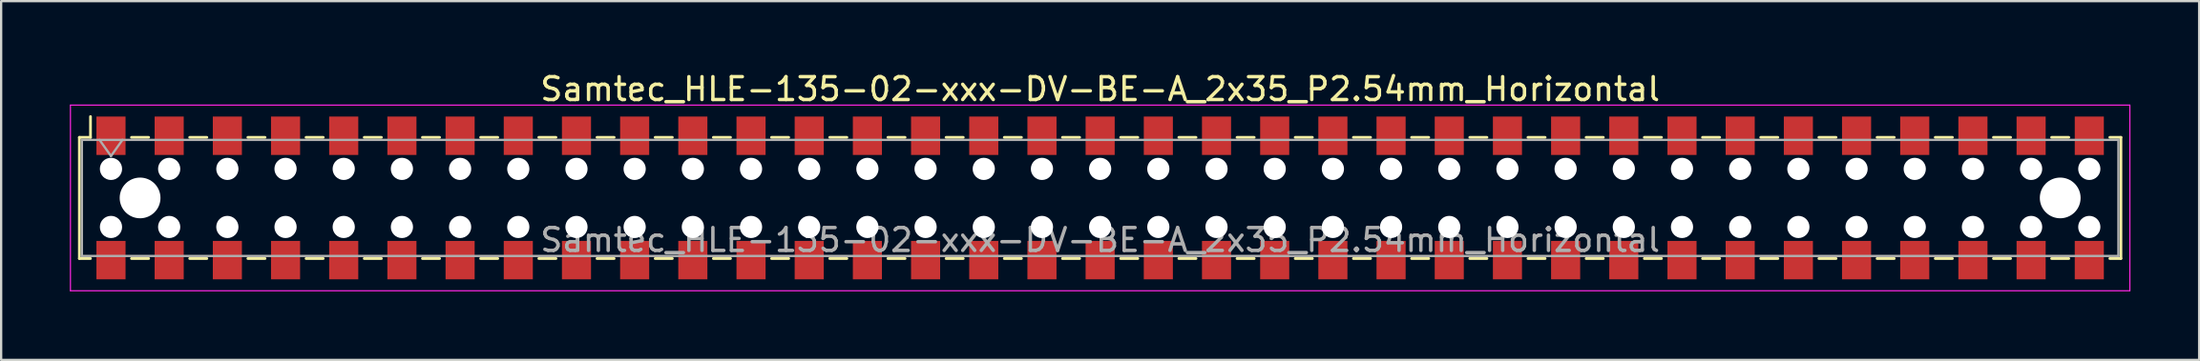
<source format=kicad_pcb>
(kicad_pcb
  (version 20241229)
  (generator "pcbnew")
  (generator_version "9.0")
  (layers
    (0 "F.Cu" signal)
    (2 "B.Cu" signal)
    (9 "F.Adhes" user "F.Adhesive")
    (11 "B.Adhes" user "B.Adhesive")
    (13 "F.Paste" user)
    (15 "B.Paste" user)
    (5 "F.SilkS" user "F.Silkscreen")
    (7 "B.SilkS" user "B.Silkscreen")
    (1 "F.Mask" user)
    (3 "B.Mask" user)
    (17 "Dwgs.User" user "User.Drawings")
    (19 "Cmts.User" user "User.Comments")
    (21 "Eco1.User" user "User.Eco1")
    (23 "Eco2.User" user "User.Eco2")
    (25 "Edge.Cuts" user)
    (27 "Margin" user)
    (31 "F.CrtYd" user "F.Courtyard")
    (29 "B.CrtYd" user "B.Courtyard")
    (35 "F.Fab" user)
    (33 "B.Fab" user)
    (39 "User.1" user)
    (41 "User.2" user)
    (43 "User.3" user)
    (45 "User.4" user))
  (footprint "Samtec_HLE-135-02-xxx-DV-BE-A_2x35_P2.54mm_Horizontal"
    (layer "F.Cu")
    (at 44.975 5.608)
    (property "Reference" "Samtec_HLE-135-02-xxx-DV-BE-A_2x35_P2.54mm_Horizontal" (at 0 -4.76 0) (layer "F.SilkS") (effects (font (size 1 1) (thickness 0.15))))
    (attr smd)
    (fp_line (start -44.56 -2.65) (end -44.56 2.65) (stroke (width 0.12) (type solid)) (layer "F.SilkS"))
    (fp_line (start -44.56 2.65) (end -44.075 2.65) (stroke (width 0.12) (type solid)) (layer "F.SilkS"))
    (fp_line (start -44.075 -3.56) (end -44.075 -2.65) (stroke (width 0.12) (type solid)) (layer "F.SilkS"))
    (fp_line (start -44.075 -2.65) (end -44.56 -2.65) (stroke (width 0.12) (type solid)) (layer "F.SilkS"))
    (fp_line (start -42.285 -2.65) (end -41.535 -2.65) (stroke (width 0.12) (type solid)) (layer "F.SilkS"))
    (fp_line (start -42.285 2.65) (end -41.535 2.65) (stroke (width 0.12) (type solid)) (layer "F.SilkS"))
    (fp_line (start -39.745 -2.65) (end -38.995 -2.65) (stroke (width 0.12) (type solid)) (layer "F.SilkS"))
    (fp_line (start -39.745 2.65) (end -38.995 2.65) (stroke (width 0.12) (type solid)) (layer "F.SilkS"))
    (fp_line (start -37.205 -2.65) (end -36.455 -2.65) (stroke (width 0.12) (type solid)) (layer "F.SilkS"))
    (fp_line (start -37.205 2.65) (end -36.455 2.65) (stroke (width 0.12) (type solid)) (layer "F.SilkS"))
    (fp_line (start -34.665 -2.65) (end -33.915 -2.65) (stroke (width 0.12) (type solid)) (layer "F.SilkS"))
    (fp_line (start -34.665 2.65) (end -33.915 2.65) (stroke (width 0.12) (type solid)) (layer "F.SilkS"))
    (fp_line (start -32.125 -2.65) (end -31.375 -2.65) (stroke (width 0.12) (type solid)) (layer "F.SilkS"))
    (fp_line (start -32.125 2.65) (end -31.375 2.65) (stroke (width 0.12) (type solid)) (layer "F.SilkS"))
    (fp_line (start -29.585 -2.65) (end -28.835 -2.65) (stroke (width 0.12) (type solid)) (layer "F.SilkS"))
    (fp_line (start -29.585 2.65) (end -28.835 2.65) (stroke (width 0.12) (type solid)) (layer "F.SilkS"))
    (fp_line (start -27.045 -2.65) (end -26.295 -2.65) (stroke (width 0.12) (type solid)) (layer "F.SilkS"))
    (fp_line (start -27.045 2.65) (end -26.295 2.65) (stroke (width 0.12) (type solid)) (layer "F.SilkS"))
    (fp_line (start -24.505 -2.65) (end -23.755 -2.65) (stroke (width 0.12) (type solid)) (layer "F.SilkS"))
    (fp_line (start -24.505 2.65) (end -23.755 2.65) (stroke (width 0.12) (type solid)) (layer "F.SilkS"))
    (fp_line (start -21.965 -2.65) (end -21.215 -2.65) (stroke (width 0.12) (type solid)) (layer "F.SilkS"))
    (fp_line (start -21.965 2.65) (end -21.215 2.65) (stroke (width 0.12) (type solid)) (layer "F.SilkS"))
    (fp_line (start -19.425 -2.65) (end -18.675 -2.65) (stroke (width 0.12) (type solid)) (layer "F.SilkS"))
    (fp_line (start -19.425 2.65) (end -18.675 2.65) (stroke (width 0.12) (type solid)) (layer "F.SilkS"))
    (fp_line (start -16.885 -2.65) (end -16.135 -2.65) (stroke (width 0.12) (type solid)) (layer "F.SilkS"))
    (fp_line (start -16.885 2.65) (end -16.135 2.65) (stroke (width 0.12) (type solid)) (layer "F.SilkS"))
    (fp_line (start -14.345 -2.65) (end -13.595 -2.65) (stroke (width 0.12) (type solid)) (layer "F.SilkS"))
    (fp_line (start -14.345 2.65) (end -13.595 2.65) (stroke (width 0.12) (type solid)) (layer "F.SilkS"))
    (fp_line (start -11.805 -2.65) (end -11.055 -2.65) (stroke (width 0.12) (type solid)) (layer "F.SilkS"))
    (fp_line (start -11.805 2.65) (end -11.055 2.65) (stroke (width 0.12) (type solid)) (layer "F.SilkS"))
    (fp_line (start -9.265 -2.65) (end -8.515 -2.65) (stroke (width 0.12) (type solid)) (layer "F.SilkS"))
    (fp_line (start -9.265 2.65) (end -8.515 2.65) (stroke (width 0.12) (type solid)) (layer "F.SilkS"))
    (fp_line (start -6.725 -2.65) (end -5.975 -2.65) (stroke (width 0.12) (type solid)) (layer "F.SilkS"))
    (fp_line (start -6.725 2.65) (end -5.975 2.65) (stroke (width 0.12) (type solid)) (layer "F.SilkS"))
    (fp_line (start -4.185 -2.65) (end -3.435 -2.65) (stroke (width 0.12) (type solid)) (layer "F.SilkS"))
    (fp_line (start -4.185 2.65) (end -3.435 2.65) (stroke (width 0.12) (type solid)) (layer "F.SilkS"))
    (fp_line (start -1.645 -2.65) (end -0.895 -2.65) (stroke (width 0.12) (type solid)) (layer "F.SilkS"))
    (fp_line (start -1.645 2.65) (end -0.895 2.65) (stroke (width 0.12) (type solid)) (layer "F.SilkS"))
    (fp_line (start 0.895 -2.65) (end 1.645 -2.65) (stroke (width 0.12) (type solid)) (layer "F.SilkS"))
    (fp_line (start 0.895 2.65) (end 1.645 2.65) (stroke (width 0.12) (type solid)) (layer "F.SilkS"))
    (fp_line (start 3.435 -2.65) (end 4.185 -2.65) (stroke (width 0.12) (type solid)) (layer "F.SilkS"))
    (fp_line (start 3.435 2.65) (end 4.185 2.65) (stroke (width 0.12) (type solid)) (layer "F.SilkS"))
    (fp_line (start 5.975 -2.65) (end 6.725 -2.65) (stroke (width 0.12) (type solid)) (layer "F.SilkS"))
    (fp_line (start 5.975 2.65) (end 6.725 2.65) (stroke (width 0.12) (type solid)) (layer "F.SilkS"))
    (fp_line (start 8.515 -2.65) (end 9.265 -2.65) (stroke (width 0.12) (type solid)) (layer "F.SilkS"))
    (fp_line (start 8.515 2.65) (end 9.265 2.65) (stroke (width 0.12) (type solid)) (layer "F.SilkS"))
    (fp_line (start 11.055 -2.65) (end 11.805 -2.65) (stroke (width 0.12) (type solid)) (layer "F.SilkS"))
    (fp_line (start 11.055 2.65) (end 11.805 2.65) (stroke (width 0.12) (type solid)) (layer "F.SilkS"))
    (fp_line (start 13.595 -2.65) (end 14.345 -2.65) (stroke (width 0.12) (type solid)) (layer "F.SilkS"))
    (fp_line (start 13.595 2.65) (end 14.345 2.65) (stroke (width 0.12) (type solid)) (layer "F.SilkS"))
    (fp_line (start 16.135 -2.65) (end 16.885 -2.65) (stroke (width 0.12) (type solid)) (layer "F.SilkS"))
    (fp_line (start 16.135 2.65) (end 16.885 2.65) (stroke (width 0.12) (type solid)) (layer "F.SilkS"))
    (fp_line (start 18.675 -2.65) (end 19.425 -2.65) (stroke (width 0.12) (type solid)) (layer "F.SilkS"))
    (fp_line (start 18.675 2.65) (end 19.425 2.65) (stroke (width 0.12) (type solid)) (layer "F.SilkS"))
    (fp_line (start 21.215 -2.65) (end 21.965 -2.65) (stroke (width 0.12) (type solid)) (layer "F.SilkS"))
    (fp_line (start 21.215 2.65) (end 21.965 2.65) (stroke (width 0.12) (type solid)) (layer "F.SilkS"))
    (fp_line (start 23.755 -2.65) (end 24.505 -2.65) (stroke (width 0.12) (type solid)) (layer "F.SilkS"))
    (fp_line (start 23.755 2.65) (end 24.505 2.65) (stroke (width 0.12) (type solid)) (layer "F.SilkS"))
    (fp_line (start 26.295 -2.65) (end 27.045 -2.65) (stroke (width 0.12) (type solid)) (layer "F.SilkS"))
    (fp_line (start 26.295 2.65) (end 27.045 2.65) (stroke (width 0.12) (type solid)) (layer "F.SilkS"))
    (fp_line (start 28.835 -2.65) (end 29.585 -2.65) (stroke (width 0.12) (type solid)) (layer "F.SilkS"))
    (fp_line (start 28.835 2.65) (end 29.585 2.65) (stroke (width 0.12) (type solid)) (layer "F.SilkS"))
    (fp_line (start 31.375 -2.65) (end 32.125 -2.65) (stroke (width 0.12) (type solid)) (layer "F.SilkS"))
    (fp_line (start 31.375 2.65) (end 32.125 2.65) (stroke (width 0.12) (type solid)) (layer "F.SilkS"))
    (fp_line (start 33.915 -2.65) (end 34.665 -2.65) (stroke (width 0.12) (type solid)) (layer "F.SilkS"))
    (fp_line (start 33.915 2.65) (end 34.665 2.65) (stroke (width 0.12) (type solid)) (layer "F.SilkS"))
    (fp_line (start 36.455 -2.65) (end 37.205 -2.65) (stroke (width 0.12) (type solid)) (layer "F.SilkS"))
    (fp_line (start 36.455 2.65) (end 37.205 2.65) (stroke (width 0.12) (type solid)) (layer "F.SilkS"))
    (fp_line (start 38.995 -2.65) (end 39.745 -2.65) (stroke (width 0.12) (type solid)) (layer "F.SilkS"))
    (fp_line (start 38.995 2.65) (end 39.745 2.65) (stroke (width 0.12) (type solid)) (layer "F.SilkS"))
    (fp_line (start 41.535 -2.65) (end 42.285 -2.65) (stroke (width 0.12) (type solid)) (layer "F.SilkS"))
    (fp_line (start 41.535 2.65) (end 42.285 2.65) (stroke (width 0.12) (type solid)) (layer "F.SilkS"))
    (fp_line (start 44.075 -2.65) (end 44.56 -2.65) (stroke (width 0.12) (type solid)) (layer "F.SilkS"))
    (fp_line (start 44.56 -2.65) (end 44.56 2.65) (stroke (width 0.12) (type solid)) (layer "F.SilkS"))
    (fp_line (start 44.56 2.65) (end 44.075 2.65) (stroke (width 0.12) (type solid)) (layer "F.SilkS"))
    (fp_line (start -44.95 -4.06) (end 44.95 -4.06) (stroke (width 0.05) (type solid)) (layer "F.CrtYd"))
    (fp_line (start -44.95 4.06) (end -44.95 -4.06) (stroke (width 0.05) (type solid)) (layer "F.CrtYd"))
    (fp_line (start 44.95 -4.06) (end 44.95 4.06) (stroke (width 0.05) (type solid)) (layer "F.CrtYd"))
    (fp_line (start 44.95 4.06) (end -44.95 4.06) (stroke (width 0.05) (type solid)) (layer "F.CrtYd"))
    (fp_line (start -44.45 -2.54) (end 44.45 -2.54) (stroke (width 0.1) (type solid)) (layer "F.Fab"))
    (fp_line (start -44.45 2.54) (end -44.45 -2.54) (stroke (width 0.1) (type solid)) (layer "F.Fab"))
    (fp_line (start -43.68 -2.54) (end -43.18 -1.833) (stroke (width 0.1) (type solid)) (layer "F.Fab"))
    (fp_line (start -43.18 -1.833) (end -42.68 -2.54) (stroke (width 0.1) (type solid)) (layer "F.Fab"))
    (fp_line (start 44.45 -2.54) (end 44.45 2.54) (stroke (width 0.1) (type solid)) (layer "F.Fab"))
    (fp_line (start 44.45 2.54) (end -44.45 2.54) (stroke (width 0.1) (type solid)) (layer "F.Fab"))
    (fp_text user "${REFERENCE}" (at 0 1.84 0) (layer "F.Fab") (effects (font (size 1 1) (thickness 0.15))))
    (pad "" np_thru_hole circle (at -43.18 -1.27) (size 0.97 0.97) (drill 0.97) (layers "*.Cu" "*.Mask"))
    (pad "" np_thru_hole circle (at -43.18 1.27) (size 0.97 0.97) (drill 0.97) (layers "*.Cu" "*.Mask"))
    (pad "" np_thru_hole circle (at -41.91 0) (size 1.78 1.78) (drill 1.78) (layers "*.Cu" "*.Mask"))
    (pad "" np_thru_hole circle (at -40.64 -1.27) (size 0.97 0.97) (drill 0.97) (layers "*.Cu" "*.Mask"))
    (pad "" np_thru_hole circle (at -40.64 1.27) (size 0.97 0.97) (drill 0.97) (layers "*.Cu" "*.Mask"))
    (pad "" np_thru_hole circle (at -38.1 -1.27) (size 0.97 0.97) (drill 0.97) (layers "*.Cu" "*.Mask"))
    (pad "" np_thru_hole circle (at -38.1 1.27) (size 0.97 0.97) (drill 0.97) (layers "*.Cu" "*.Mask"))
    (pad "" np_thru_hole circle (at -35.56 -1.27) (size 0.97 0.97) (drill 0.97) (layers "*.Cu" "*.Mask"))
    (pad "" np_thru_hole circle (at -35.56 1.27) (size 0.97 0.97) (drill 0.97) (layers "*.Cu" "*.Mask"))
    (pad "" np_thru_hole circle (at -33.02 -1.27) (size 0.97 0.97) (drill 0.97) (layers "*.Cu" "*.Mask"))
    (pad "" np_thru_hole circle (at -33.02 1.27) (size 0.97 0.97) (drill 0.97) (layers "*.Cu" "*.Mask"))
    (pad "" np_thru_hole circle (at -30.48 -1.27) (size 0.97 0.97) (drill 0.97) (layers "*.Cu" "*.Mask"))
    (pad "" np_thru_hole circle (at -30.48 1.27) (size 0.97 0.97) (drill 0.97) (layers "*.Cu" "*.Mask"))
    (pad "" np_thru_hole circle (at -27.94 -1.27) (size 0.97 0.97) (drill 0.97) (layers "*.Cu" "*.Mask"))
    (pad "" np_thru_hole circle (at -27.94 1.27) (size 0.97 0.97) (drill 0.97) (layers "*.Cu" "*.Mask"))
    (pad "" np_thru_hole circle (at -25.4 -1.27) (size 0.97 0.97) (drill 0.97) (layers "*.Cu" "*.Mask"))
    (pad "" np_thru_hole circle (at -25.4 1.27) (size 0.97 0.97) (drill 0.97) (layers "*.Cu" "*.Mask"))
    (pad "" np_thru_hole circle (at -22.86 -1.27) (size 0.97 0.97) (drill 0.97) (layers "*.Cu" "*.Mask"))
    (pad "" np_thru_hole circle (at -22.86 1.27) (size 0.97 0.97) (drill 0.97) (layers "*.Cu" "*.Mask"))
    (pad "" np_thru_hole circle (at -20.32 -1.27) (size 0.97 0.97) (drill 0.97) (layers "*.Cu" "*.Mask"))
    (pad "" np_thru_hole circle (at -20.32 1.27) (size 0.97 0.97) (drill 0.97) (layers "*.Cu" "*.Mask"))
    (pad "" np_thru_hole circle (at -17.78 -1.27) (size 0.97 0.97) (drill 0.97) (layers "*.Cu" "*.Mask"))
    (pad "" np_thru_hole circle (at -17.78 1.27) (size 0.97 0.97) (drill 0.97) (layers "*.Cu" "*.Mask"))
    (pad "" np_thru_hole circle (at -15.24 -1.27) (size 0.97 0.97) (drill 0.97) (layers "*.Cu" "*.Mask"))
    (pad "" np_thru_hole circle (at -15.24 1.27) (size 0.97 0.97) (drill 0.97) (layers "*.Cu" "*.Mask"))
    (pad "" np_thru_hole circle (at -12.7 -1.27) (size 0.97 0.97) (drill 0.97) (layers "*.Cu" "*.Mask"))
    (pad "" np_thru_hole circle (at -12.7 1.27) (size 0.97 0.97) (drill 0.97) (layers "*.Cu" "*.Mask"))
    (pad "" np_thru_hole circle (at -10.16 -1.27) (size 0.97 0.97) (drill 0.97) (layers "*.Cu" "*.Mask"))
    (pad "" np_thru_hole circle (at -10.16 1.27) (size 0.97 0.97) (drill 0.97) (layers "*.Cu" "*.Mask"))
    (pad "" np_thru_hole circle (at -7.62 -1.27) (size 0.97 0.97) (drill 0.97) (layers "*.Cu" "*.Mask"))
    (pad "" np_thru_hole circle (at -7.62 1.27) (size 0.97 0.97) (drill 0.97) (layers "*.Cu" "*.Mask"))
    (pad "" np_thru_hole circle (at -5.08 -1.27) (size 0.97 0.97) (drill 0.97) (layers "*.Cu" "*.Mask"))
    (pad "" np_thru_hole circle (at -5.08 1.27) (size 0.97 0.97) (drill 0.97) (layers "*.Cu" "*.Mask"))
    (pad "" np_thru_hole circle (at -2.54 -1.27) (size 0.97 0.97) (drill 0.97) (layers "*.Cu" "*.Mask"))
    (pad "" np_thru_hole circle (at -2.54 1.27) (size 0.97 0.97) (drill 0.97) (layers "*.Cu" "*.Mask"))
    (pad "" np_thru_hole circle (at 0 -1.27) (size 0.97 0.97) (drill 0.97) (layers "*.Cu" "*.Mask"))
    (pad "" np_thru_hole circle (at 0 1.27) (size 0.97 0.97) (drill 0.97) (layers "*.Cu" "*.Mask"))
    (pad "" np_thru_hole circle (at 2.54 -1.27) (size 0.97 0.97) (drill 0.97) (layers "*.Cu" "*.Mask"))
    (pad "" np_thru_hole circle (at 2.54 1.27) (size 0.97 0.97) (drill 0.97) (layers "*.Cu" "*.Mask"))
    (pad "" np_thru_hole circle (at 5.08 -1.27) (size 0.97 0.97) (drill 0.97) (layers "*.Cu" "*.Mask"))
    (pad "" np_thru_hole circle (at 5.08 1.27) (size 0.97 0.97) (drill 0.97) (layers "*.Cu" "*.Mask"))
    (pad "" np_thru_hole circle (at 7.62 -1.27) (size 0.97 0.97) (drill 0.97) (layers "*.Cu" "*.Mask"))
    (pad "" np_thru_hole circle (at 7.62 1.27) (size 0.97 0.97) (drill 0.97) (layers "*.Cu" "*.Mask"))
    (pad "" np_thru_hole circle (at 10.16 -1.27) (size 0.97 0.97) (drill 0.97) (layers "*.Cu" "*.Mask"))
    (pad "" np_thru_hole circle (at 10.16 1.27) (size 0.97 0.97) (drill 0.97) (layers "*.Cu" "*.Mask"))
    (pad "" np_thru_hole circle (at 12.7 -1.27) (size 0.97 0.97) (drill 0.97) (layers "*.Cu" "*.Mask"))
    (pad "" np_thru_hole circle (at 12.7 1.27) (size 0.97 0.97) (drill 0.97) (layers "*.Cu" "*.Mask"))
    (pad "" np_thru_hole circle (at 15.24 -1.27) (size 0.97 0.97) (drill 0.97) (layers "*.Cu" "*.Mask"))
    (pad "" np_thru_hole circle (at 15.24 1.27) (size 0.97 0.97) (drill 0.97) (layers "*.Cu" "*.Mask"))
    (pad "" np_thru_hole circle (at 17.78 -1.27) (size 0.97 0.97) (drill 0.97) (layers "*.Cu" "*.Mask"))
    (pad "" np_thru_hole circle (at 17.78 1.27) (size 0.97 0.97) (drill 0.97) (layers "*.Cu" "*.Mask"))
    (pad "" np_thru_hole circle (at 20.32 -1.27) (size 0.97 0.97) (drill 0.97) (layers "*.Cu" "*.Mask"))
    (pad "" np_thru_hole circle (at 20.32 1.27) (size 0.97 0.97) (drill 0.97) (layers "*.Cu" "*.Mask"))
    (pad "" np_thru_hole circle (at 22.86 -1.27) (size 0.97 0.97) (drill 0.97) (layers "*.Cu" "*.Mask"))
    (pad "" np_thru_hole circle (at 22.86 1.27) (size 0.97 0.97) (drill 0.97) (layers "*.Cu" "*.Mask"))
    (pad "" np_thru_hole circle (at 25.4 -1.27) (size 0.97 0.97) (drill 0.97) (layers "*.Cu" "*.Mask"))
    (pad "" np_thru_hole circle (at 25.4 1.27) (size 0.97 0.97) (drill 0.97) (layers "*.Cu" "*.Mask"))
    (pad "" np_thru_hole circle (at 27.94 -1.27) (size 0.97 0.97) (drill 0.97) (layers "*.Cu" "*.Mask"))
    (pad "" np_thru_hole circle (at 27.94 1.27) (size 0.97 0.97) (drill 0.97) (layers "*.Cu" "*.Mask"))
    (pad "" np_thru_hole circle (at 30.48 -1.27) (size 0.97 0.97) (drill 0.97) (layers "*.Cu" "*.Mask"))
    (pad "" np_thru_hole circle (at 30.48 1.27) (size 0.97 0.97) (drill 0.97) (layers "*.Cu" "*.Mask"))
    (pad "" np_thru_hole circle (at 33.02 -1.27) (size 0.97 0.97) (drill 0.97) (layers "*.Cu" "*.Mask"))
    (pad "" np_thru_hole circle (at 33.02 1.27) (size 0.97 0.97) (drill 0.97) (layers "*.Cu" "*.Mask"))
    (pad "" np_thru_hole circle (at 35.56 -1.27) (size 0.97 0.97) (drill 0.97) (layers "*.Cu" "*.Mask"))
    (pad "" np_thru_hole circle (at 35.56 1.27) (size 0.97 0.97) (drill 0.97) (layers "*.Cu" "*.Mask"))
    (pad "" np_thru_hole circle (at 38.1 -1.27) (size 0.97 0.97) (drill 0.97) (layers "*.Cu" "*.Mask"))
    (pad "" np_thru_hole circle (at 38.1 1.27) (size 0.97 0.97) (drill 0.97) (layers "*.Cu" "*.Mask"))
    (pad "" np_thru_hole circle (at 40.64 -1.27) (size 0.97 0.97) (drill 0.97) (layers "*.Cu" "*.Mask"))
    (pad "" np_thru_hole circle (at 40.64 1.27) (size 0.97 0.97) (drill 0.97) (layers "*.Cu" "*.Mask"))
    (pad "" np_thru_hole circle (at 41.91 0) (size 1.78 1.78) (drill 1.78) (layers "*.Cu" "*.Mask"))
    (pad "" np_thru_hole circle (at 43.18 -1.27) (size 0.97 0.97) (drill 0.97) (layers "*.Cu" "*.Mask"))
    (pad "" np_thru_hole circle (at 43.18 1.27) (size 0.97 0.97) (drill 0.97) (layers "*.Cu" "*.Mask"))
    (pad "1" smd rect (at -43.18 -2.72) (size 1.27 1.68) (layers "F.Cu" "F.Mask" "F.Paste"))
    (pad "2" smd rect (at -43.18 2.72) (size 1.27 1.68) (layers "F.Cu" "F.Mask" "F.Paste"))
    (pad "3" smd rect (at -40.64 -2.72) (size 1.27 1.68) (layers "F.Cu" "F.Mask" "F.Paste"))
    (pad "4" smd rect (at -40.64 2.72) (size 1.27 1.68) (layers "F.Cu" "F.Mask" "F.Paste"))
    (pad "5" smd rect (at -38.1 -2.72) (size 1.27 1.68) (layers "F.Cu" "F.Mask" "F.Paste"))
    (pad "6" smd rect (at -38.1 2.72) (size 1.27 1.68) (layers "F.Cu" "F.Mask" "F.Paste"))
    (pad "7" smd rect (at -35.56 -2.72) (size 1.27 1.68) (layers "F.Cu" "F.Mask" "F.Paste"))
    (pad "8" smd rect (at -35.56 2.72) (size 1.27 1.68) (layers "F.Cu" "F.Mask" "F.Paste"))
    (pad "9" smd rect (at -33.02 -2.72) (size 1.27 1.68) (layers "F.Cu" "F.Mask" "F.Paste"))
    (pad "10" smd rect (at -33.02 2.72) (size 1.27 1.68) (layers "F.Cu" "F.Mask" "F.Paste"))
    (pad "11" smd rect (at -30.48 -2.72) (size 1.27 1.68) (layers "F.Cu" "F.Mask" "F.Paste"))
    (pad "12" smd rect (at -30.48 2.72) (size 1.27 1.68) (layers "F.Cu" "F.Mask" "F.Paste"))
    (pad "13" smd rect (at -27.94 -2.72) (size 1.27 1.68) (layers "F.Cu" "F.Mask" "F.Paste"))
    (pad "14" smd rect (at -27.94 2.72) (size 1.27 1.68) (layers "F.Cu" "F.Mask" "F.Paste"))
    (pad "15" smd rect (at -25.4 -2.72) (size 1.27 1.68) (layers "F.Cu" "F.Mask" "F.Paste"))
    (pad "16" smd rect (at -25.4 2.72) (size 1.27 1.68) (layers "F.Cu" "F.Mask" "F.Paste"))
    (pad "17" smd rect (at -22.86 -2.72) (size 1.27 1.68) (layers "F.Cu" "F.Mask" "F.Paste"))
    (pad "18" smd rect (at -22.86 2.72) (size 1.27 1.68) (layers "F.Cu" "F.Mask" "F.Paste"))
    (pad "19" smd rect (at -20.32 -2.72) (size 1.27 1.68) (layers "F.Cu" "F.Mask" "F.Paste"))
    (pad "20" smd rect (at -20.32 2.72) (size 1.27 1.68) (layers "F.Cu" "F.Mask" "F.Paste"))
    (pad "21" smd rect (at -17.78 -2.72) (size 1.27 1.68) (layers "F.Cu" "F.Mask" "F.Paste"))
    (pad "22" smd rect (at -17.78 2.72) (size 1.27 1.68) (layers "F.Cu" "F.Mask" "F.Paste"))
    (pad "23" smd rect (at -15.24 -2.72) (size 1.27 1.68) (layers "F.Cu" "F.Mask" "F.Paste"))
    (pad "24" smd rect (at -15.24 2.72) (size 1.27 1.68) (layers "F.Cu" "F.Mask" "F.Paste"))
    (pad "25" smd rect (at -12.7 -2.72) (size 1.27 1.68) (layers "F.Cu" "F.Mask" "F.Paste"))
    (pad "26" smd rect (at -12.7 2.72) (size 1.27 1.68) (layers "F.Cu" "F.Mask" "F.Paste"))
    (pad "27" smd rect (at -10.16 -2.72) (size 1.27 1.68) (layers "F.Cu" "F.Mask" "F.Paste"))
    (pad "28" smd rect (at -10.16 2.72) (size 1.27 1.68) (layers "F.Cu" "F.Mask" "F.Paste"))
    (pad "29" smd rect (at -7.62 -2.72) (size 1.27 1.68) (layers "F.Cu" "F.Mask" "F.Paste"))
    (pad "30" smd rect (at -7.62 2.72) (size 1.27 1.68) (layers "F.Cu" "F.Mask" "F.Paste"))
    (pad "31" smd rect (at -5.08 -2.72) (size 1.27 1.68) (layers "F.Cu" "F.Mask" "F.Paste"))
    (pad "32" smd rect (at -5.08 2.72) (size 1.27 1.68) (layers "F.Cu" "F.Mask" "F.Paste"))
    (pad "33" smd rect (at -2.54 -2.72) (size 1.27 1.68) (layers "F.Cu" "F.Mask" "F.Paste"))
    (pad "34" smd rect (at -2.54 2.72) (size 1.27 1.68) (layers "F.Cu" "F.Mask" "F.Paste"))
    (pad "35" smd rect (at 0 -2.72) (size 1.27 1.68) (layers "F.Cu" "F.Mask" "F.Paste"))
    (pad "36" smd rect (at 0 2.72) (size 1.27 1.68) (layers "F.Cu" "F.Mask" "F.Paste"))
    (pad "37" smd rect (at 2.54 -2.72) (size 1.27 1.68) (layers "F.Cu" "F.Mask" "F.Paste"))
    (pad "38" smd rect (at 2.54 2.72) (size 1.27 1.68) (layers "F.Cu" "F.Mask" "F.Paste"))
    (pad "39" smd rect (at 5.08 -2.72) (size 1.27 1.68) (layers "F.Cu" "F.Mask" "F.Paste"))
    (pad "40" smd rect (at 5.08 2.72) (size 1.27 1.68) (layers "F.Cu" "F.Mask" "F.Paste"))
    (pad "41" smd rect (at 7.62 -2.72) (size 1.27 1.68) (layers "F.Cu" "F.Mask" "F.Paste"))
    (pad "42" smd rect (at 7.62 2.72) (size 1.27 1.68) (layers "F.Cu" "F.Mask" "F.Paste"))
    (pad "43" smd rect (at 10.16 -2.72) (size 1.27 1.68) (layers "F.Cu" "F.Mask" "F.Paste"))
    (pad "44" smd rect (at 10.16 2.72) (size 1.27 1.68) (layers "F.Cu" "F.Mask" "F.Paste"))
    (pad "45" smd rect (at 12.7 -2.72) (size 1.27 1.68) (layers "F.Cu" "F.Mask" "F.Paste"))
    (pad "46" smd rect (at 12.7 2.72) (size 1.27 1.68) (layers "F.Cu" "F.Mask" "F.Paste"))
    (pad "47" smd rect (at 15.24 -2.72) (size 1.27 1.68) (layers "F.Cu" "F.Mask" "F.Paste"))
    (pad "48" smd rect (at 15.24 2.72) (size 1.27 1.68) (layers "F.Cu" "F.Mask" "F.Paste"))
    (pad "49" smd rect (at 17.78 -2.72) (size 1.27 1.68) (layers "F.Cu" "F.Mask" "F.Paste"))
    (pad "50" smd rect (at 17.78 2.72) (size 1.27 1.68) (layers "F.Cu" "F.Mask" "F.Paste"))
    (pad "51" smd rect (at 20.32 -2.72) (size 1.27 1.68) (layers "F.Cu" "F.Mask" "F.Paste"))
    (pad "52" smd rect (at 20.32 2.72) (size 1.27 1.68) (layers "F.Cu" "F.Mask" "F.Paste"))
    (pad "53" smd rect (at 22.86 -2.72) (size 1.27 1.68) (layers "F.Cu" "F.Mask" "F.Paste"))
    (pad "54" smd rect (at 22.86 2.72) (size 1.27 1.68) (layers "F.Cu" "F.Mask" "F.Paste"))
    (pad "55" smd rect (at 25.4 -2.72) (size 1.27 1.68) (layers "F.Cu" "F.Mask" "F.Paste"))
    (pad "56" smd rect (at 25.4 2.72) (size 1.27 1.68) (layers "F.Cu" "F.Mask" "F.Paste"))
    (pad "57" smd rect (at 27.94 -2.72) (size 1.27 1.68) (layers "F.Cu" "F.Mask" "F.Paste"))
    (pad "58" smd rect (at 27.94 2.72) (size 1.27 1.68) (layers "F.Cu" "F.Mask" "F.Paste"))
    (pad "59" smd rect (at 30.48 -2.72) (size 1.27 1.68) (layers "F.Cu" "F.Mask" "F.Paste"))
    (pad "60" smd rect (at 30.48 2.72) (size 1.27 1.68) (layers "F.Cu" "F.Mask" "F.Paste"))
    (pad "61" smd rect (at 33.02 -2.72) (size 1.27 1.68) (layers "F.Cu" "F.Mask" "F.Paste"))
    (pad "62" smd rect (at 33.02 2.72) (size 1.27 1.68) (layers "F.Cu" "F.Mask" "F.Paste"))
    (pad "63" smd rect (at 35.56 -2.72) (size 1.27 1.68) (layers "F.Cu" "F.Mask" "F.Paste"))
    (pad "64" smd rect (at 35.56 2.72) (size 1.27 1.68) (layers "F.Cu" "F.Mask" "F.Paste"))
    (pad "65" smd rect (at 38.1 -2.72) (size 1.27 1.68) (layers "F.Cu" "F.Mask" "F.Paste"))
    (pad "66" smd rect (at 38.1 2.72) (size 1.27 1.68) (layers "F.Cu" "F.Mask" "F.Paste"))
    (pad "67" smd rect (at 40.64 -2.72) (size 1.27 1.68) (layers "F.Cu" "F.Mask" "F.Paste"))
    (pad "68" smd rect (at 40.64 2.72) (size 1.27 1.68) (layers "F.Cu" "F.Mask" "F.Paste"))
    (pad "69" smd rect (at 43.18 -2.72) (size 1.27 1.68) (layers "F.Cu" "F.Mask" "F.Paste"))
    (pad "70" smd rect (at 43.18 2.72) (size 1.27 1.68) (layers "F.Cu" "F.Mask" "F.Paste")))
  (gr_rect
    (start -3 -3)
    (end 92.95 12.693)
    (stroke (width 0.1) (type default))
    (fill no)
    (layer "Edge.Cuts")))
</source>
